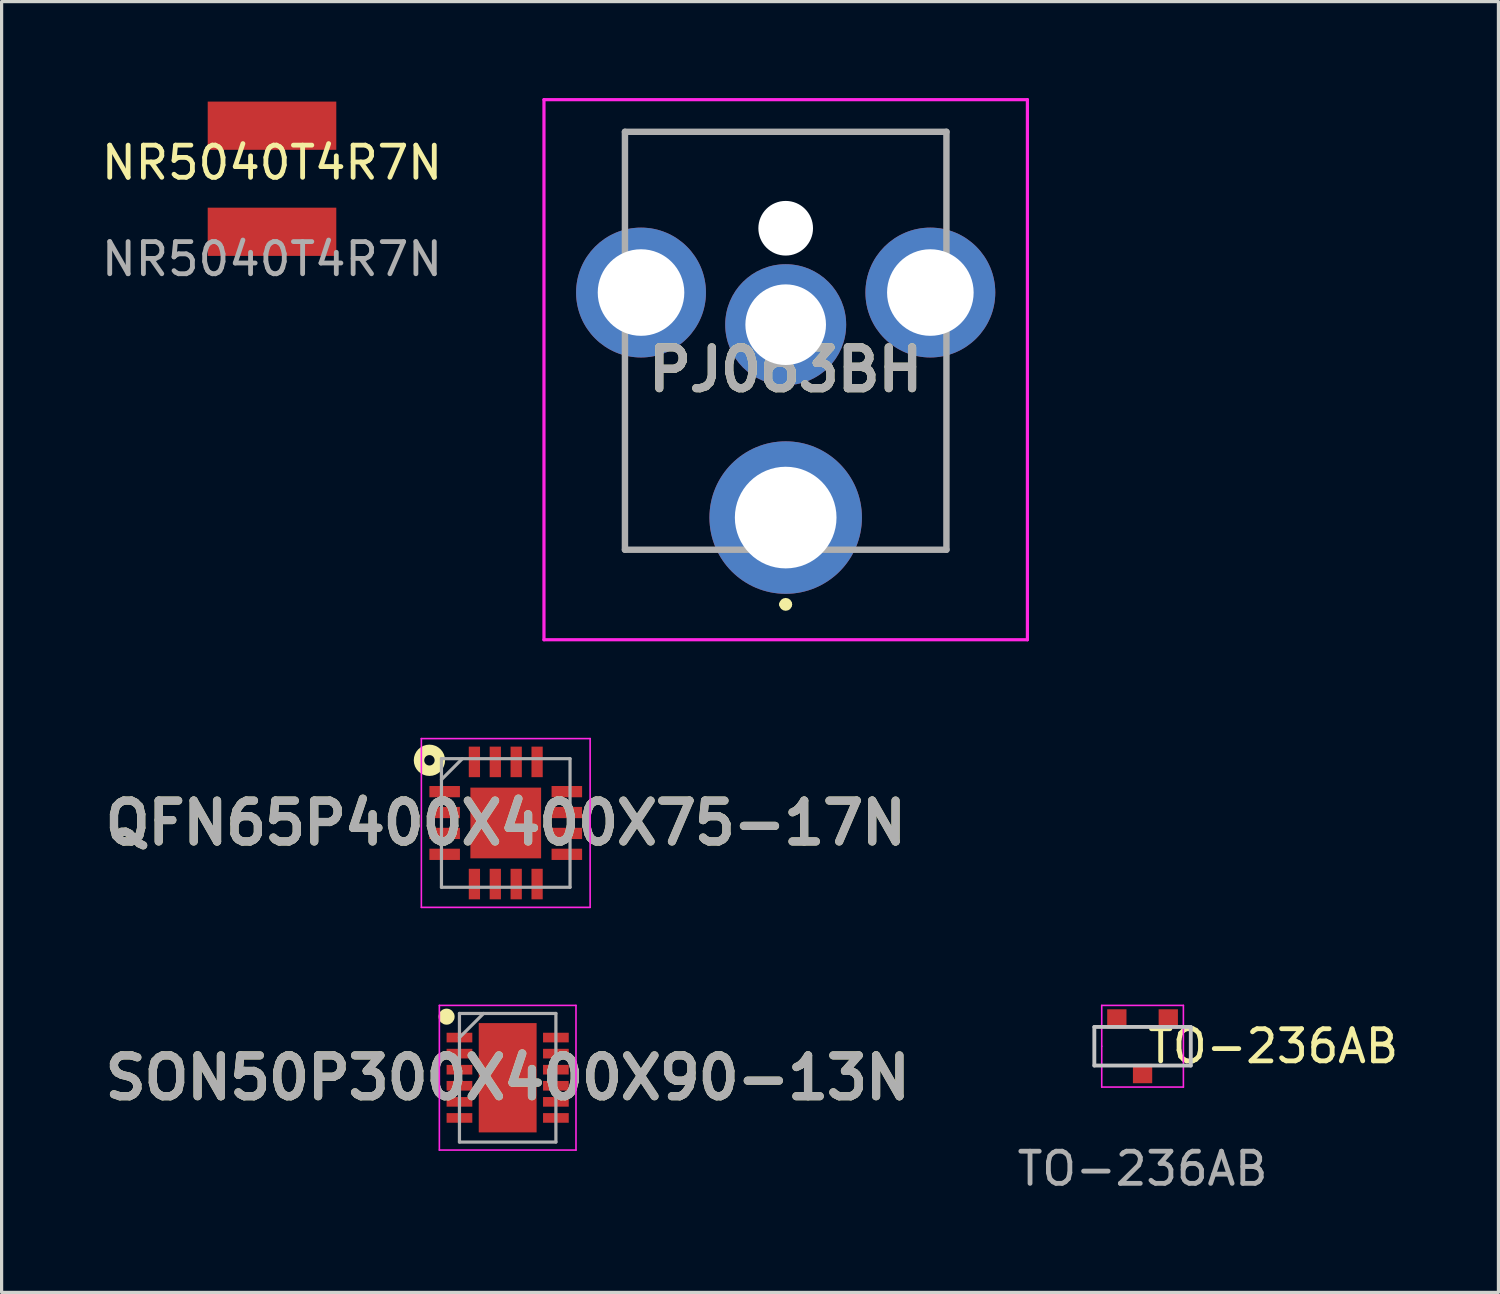
<source format=kicad_pcb>
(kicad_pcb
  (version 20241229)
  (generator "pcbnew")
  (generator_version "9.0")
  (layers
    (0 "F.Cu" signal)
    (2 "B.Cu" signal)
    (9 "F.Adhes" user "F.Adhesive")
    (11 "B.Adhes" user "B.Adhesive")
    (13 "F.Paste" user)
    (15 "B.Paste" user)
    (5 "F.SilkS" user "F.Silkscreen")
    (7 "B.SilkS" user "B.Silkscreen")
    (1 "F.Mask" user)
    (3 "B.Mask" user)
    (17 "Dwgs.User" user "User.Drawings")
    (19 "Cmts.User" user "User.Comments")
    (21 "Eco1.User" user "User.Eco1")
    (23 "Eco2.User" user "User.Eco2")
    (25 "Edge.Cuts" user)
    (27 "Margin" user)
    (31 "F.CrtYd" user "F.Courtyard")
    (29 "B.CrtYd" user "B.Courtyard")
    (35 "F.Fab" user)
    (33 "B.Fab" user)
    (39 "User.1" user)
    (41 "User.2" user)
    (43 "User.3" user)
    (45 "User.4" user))
  (footprint "QFN65P400X400X75-17N"
    (layer "F.Cu")
    (at 12.682 22.55)
    (property "Reference" "QFN65P400X400X75-17N" (at 0 0 0) (layer "F.SilkS") (effects (font (size 1.27 1.27) (thickness 0.254))))
    (attr smd)
    (fp_circle (center -2.374 -1.95) (end -2.374 -1.788) (stroke (width 0.325) (type solid)) (fill no) (layer "F.SilkS"))
    (fp_line (start -2.625 -2.625) (end 2.625 -2.625) (stroke (width 0.05) (type solid)) (layer "F.CrtYd"))
    (fp_line (start -2.625 2.625) (end -2.625 -2.625) (stroke (width 0.05) (type solid)) (layer "F.CrtYd"))
    (fp_line (start 2.625 -2.625) (end 2.625 2.625) (stroke (width 0.05) (type solid)) (layer "F.CrtYd"))
    (fp_line (start 2.625 2.625) (end -2.625 2.625) (stroke (width 0.05) (type solid)) (layer "F.CrtYd"))
    (fp_line (start -2 -2) (end 2 -2) (stroke (width 0.1) (type solid)) (layer "F.Fab"))
    (fp_line (start -2 -1.35) (end -1.35 -2) (stroke (width 0.1) (type solid)) (layer "F.Fab"))
    (fp_line (start -2 2) (end -2 -2) (stroke (width 0.1) (type solid)) (layer "F.Fab"))
    (fp_line (start 2 -2) (end 2 2) (stroke (width 0.1) (type solid)) (layer "F.Fab"))
    (fp_line (start 2 2) (end -2 2) (stroke (width 0.1) (type solid)) (layer "F.Fab"))
    (fp_text user "${REFERENCE}" (at 0 0 0) (layer "F.Fab") (effects (font (size 1.27 1.27) (thickness 0.254))))
    (pad "1" smd rect (at -1.9 -0.975 90) (size 0.35 0.95) (layers "F.Cu" "F.Mask" "F.Paste"))
    (pad "2" smd rect (at -1.9 -0.325 90) (size 0.35 0.95) (layers "F.Cu" "F.Mask" "F.Paste"))
    (pad "3" smd rect (at -1.9 0.325 90) (size 0.35 0.95) (layers "F.Cu" "F.Mask" "F.Paste"))
    (pad "4" smd rect (at -1.9 0.975 90) (size 0.35 0.95) (layers "F.Cu" "F.Mask" "F.Paste"))
    (pad "5" smd rect (at -0.975 1.9) (size 0.35 0.95) (layers "F.Cu" "F.Mask" "F.Paste"))
    (pad "6" smd rect (at -0.325 1.9) (size 0.35 0.95) (layers "F.Cu" "F.Mask" "F.Paste"))
    (pad "7" smd rect (at 0.325 1.9) (size 0.35 0.95) (layers "F.Cu" "F.Mask" "F.Paste"))
    (pad "8" smd rect (at 0.975 1.9) (size 0.35 0.95) (layers "F.Cu" "F.Mask" "F.Paste"))
    (pad "9" smd rect (at 1.9 0.975 90) (size 0.35 0.95) (layers "F.Cu" "F.Mask" "F.Paste"))
    (pad "10" smd rect (at 1.9 0.325 90) (size 0.35 0.95) (layers "F.Cu" "F.Mask" "F.Paste"))
    (pad "11" smd rect (at 1.9 -0.325 90) (size 0.35 0.95) (layers "F.Cu" "F.Mask" "F.Paste"))
    (pad "12" smd rect (at 1.9 -0.975 90) (size 0.35 0.95) (layers "F.Cu" "F.Mask" "F.Paste"))
    (pad "13" smd rect (at 0.975 -1.9) (size 0.35 0.95) (layers "F.Cu" "F.Mask" "F.Paste"))
    (pad "14" smd rect (at 0.325 -1.9) (size 0.35 0.95) (layers "F.Cu" "F.Mask" "F.Paste"))
    (pad "15" smd rect (at -0.325 -1.9) (size 0.35 0.95) (layers "F.Cu" "F.Mask" "F.Paste"))
    (pad "16" smd rect (at -0.975 -1.9) (size 0.35 0.95) (layers "F.Cu" "F.Mask" "F.Paste"))
    (pad "17" smd rect (at 0 0) (size 2.2 2.2) (layers "F.Cu" "F.Mask" "F.Paste")))
  (footprint "SON50P300X400X90-13N"
    (layer "F.Cu")
    (at 12.742 30.475)
    (property "Reference" "SON50P300X400X90-13N" (at 0 0 0) (layer "F.SilkS") (effects (font (size 1.27 1.27) (thickness 0.254))))
    (attr smd)
    (fp_circle (center -1.9 -1.9) (end -1.9 -1.775) (stroke (width 0.25) (type solid)) (fill no) (layer "F.SilkS"))
    (fp_line (start -2.125 -2.25) (end 2.125 -2.25) (stroke (width 0.05) (type solid)) (layer "F.CrtYd"))
    (fp_line (start -2.125 2.25) (end -2.125 -2.25) (stroke (width 0.05) (type solid)) (layer "F.CrtYd"))
    (fp_line (start 2.125 -2.25) (end 2.125 2.25) (stroke (width 0.05) (type solid)) (layer "F.CrtYd"))
    (fp_line (start 2.125 2.25) (end -2.125 2.25) (stroke (width 0.05) (type solid)) (layer "F.CrtYd"))
    (fp_line (start -1.5 -2) (end 1.5 -2) (stroke (width 0.1) (type solid)) (layer "F.Fab"))
    (fp_line (start -1.5 -1.25) (end -0.75 -2) (stroke (width 0.1) (type solid)) (layer "F.Fab"))
    (fp_line (start -1.5 2) (end -1.5 -2) (stroke (width 0.1) (type solid)) (layer "F.Fab"))
    (fp_line (start 1.5 -2) (end 1.5 2) (stroke (width 0.1) (type solid)) (layer "F.Fab"))
    (fp_line (start 1.5 2) (end -1.5 2) (stroke (width 0.1) (type solid)) (layer "F.Fab"))
    (fp_text user "${REFERENCE}" (at 0 0 0) (layer "F.Fab") (effects (font (size 1.27 1.27) (thickness 0.254))))
    (pad "1" smd rect (at -1.5 -1.25 90) (size 0.3 0.8) (layers "F.Cu" "F.Mask" "F.Paste"))
    (pad "2" smd rect (at -1.5 -0.75 90) (size 0.3 0.8) (layers "F.Cu" "F.Mask" "F.Paste"))
    (pad "3" smd rect (at -1.5 -0.25 90) (size 0.3 0.8) (layers "F.Cu" "F.Mask" "F.Paste"))
    (pad "4" smd rect (at -1.5 0.25 90) (size 0.3 0.8) (layers "F.Cu" "F.Mask" "F.Paste"))
    (pad "5" smd rect (at -1.5 0.75 90) (size 0.3 0.8) (layers "F.Cu" "F.Mask" "F.Paste"))
    (pad "6" smd rect (at -1.5 1.25 90) (size 0.3 0.8) (layers "F.Cu" "F.Mask" "F.Paste"))
    (pad "7" smd rect (at 1.5 1.25 90) (size 0.3 0.8) (layers "F.Cu" "F.Mask" "F.Paste"))
    (pad "8" smd rect (at 1.5 0.75 90) (size 0.3 0.8) (layers "F.Cu" "F.Mask" "F.Paste"))
    (pad "9" smd rect (at 1.5 0.25 90) (size 0.3 0.8) (layers "F.Cu" "F.Mask" "F.Paste"))
    (pad "10" smd rect (at 1.5 -0.25 90) (size 0.3 0.8) (layers "F.Cu" "F.Mask" "F.Paste"))
    (pad "11" smd rect (at 1.5 -0.75 90) (size 0.3 0.8) (layers "F.Cu" "F.Mask" "F.Paste"))
    (pad "12" smd rect (at 1.5 -1.25 90) (size 0.3 0.8) (layers "F.Cu" "F.Mask" "F.Paste"))
    (pad "13" smd rect (at 0 0) (size 1.8 3.4) (layers "F.Cu" "F.Mask" "F.Paste")))
  (footprint "TO-236AB"
    (layer "F.Cu")
    (at 32.491 29.495)
    (property "Reference" "TO-236AB" (at 4.064 0 0) (unlocked yes) (layer "F.SilkS") (effects (font (size 1 1) (thickness 0.15))))
    (attr smd)
    (fp_line (start -1.5 -0.6) (end 1.5 -0.6) (stroke (width 0.12) (type solid)) (layer "Dwgs.User"))
    (fp_line (start -1.5 0.6) (end -1.5 -0.6) (stroke (width 0.12) (type solid)) (layer "Dwgs.User"))
    (fp_line (start -1.5 0.6) (end 1.5 0.6) (stroke (width 0.12) (type solid)) (layer "Dwgs.User"))
    (fp_line (start 1.5 -0.6) (end 1.5 0.6) (stroke (width 0.12) (type solid)) (layer "Dwgs.User"))
    (fp_line (start -1.27 -1.27) (end 1.27 -1.27) (stroke (width 0.05) (type solid)) (layer "F.CrtYd"))
    (fp_line (start -1.27 0) (end -1.27 -1.27) (stroke (width 0.05) (type solid)) (layer "F.CrtYd"))
    (fp_line (start -1.27 1.27) (end -1.27 0) (stroke (width 0.05) (type solid)) (layer "F.CrtYd"))
    (fp_line (start 1.27 -1.27) (end 1.27 1.27) (stroke (width 0.05) (type solid)) (layer "F.CrtYd"))
    (fp_line (start 1.27 1.27) (end -1.27 1.27) (stroke (width 0.05) (type solid)) (layer "F.CrtYd"))
    (fp_text user "${REFERENCE}" (at 0 3.81 0) (unlocked yes) (layer "F.Fab") (effects (font (size 1 1) (thickness 0.15))))
    (pad "1" smd rect (at 0.8 -0.85) (size 0.6 0.6) (layers "F.Cu" "F.Mask" "F.Paste"))
    (pad "2" smd rect (at -0.8 -0.85) (size 0.6 0.6) (layers "F.Cu" "F.Mask" "F.Paste"))
    (pad "3" smd rect (at 0 0.85) (size 0.6 0.6) (layers "F.Cu" "F.Mask" "F.Paste")))
  (footprint "NR5040T4R7N"
    (layer "F.Cu")
    (at 5.411 2.51)
    (property "Reference" "NR5040T4R7N" (at 0 -0.5 0) (unlocked yes) (layer "F.SilkS") (effects (font (size 1 1) (thickness 0.15))))
    (attr smd)
    (fp_line (start -2.45 -2.45) (end 2.45 -2.45) (stroke (width 0.12) (type solid)) (layer "Margin"))
    (fp_line (start -2.45 2.45) (end -2.45 -2.45) (stroke (width 0.12) (type solid)) (layer "Margin"))
    (fp_line (start -2.45 2.45) (end 2.45 2.45) (stroke (width 0.12) (type solid)) (layer "Margin"))
    (fp_line (start 2.45 -2.45) (end 2.45 2.45) (stroke (width 0.12) (type solid)) (layer "Margin"))
    (fp_text user "${REFERENCE}" (at 0 2.5 0) (unlocked yes) (layer "F.Fab") (effects (font (size 1 1) (thickness 0.15))))
    (pad "1" smd rect (at 0 -1.65) (size 4 1.5) (layers "F.Cu" "F.Mask" "F.Paste"))
    (pad "2" smd rect (at 0 1.65) (size 4 1.5) (layers "F.Cu" "F.Mask" "F.Paste")))
  (footprint "PJ063BH"
    (layer "F.Cu")
    (at 21.39 8.45)
    (property "Reference" "PJ063BH" (at 0 0 0) (layer "F.SilkS") (effects (font (size 1.27 1.27) (thickness 0.254))))
    (attr through_hole)
    (fp_line (start -5 -7.4) (end 5 -7.4) (stroke (width 0.1) (type solid)) (layer "F.SilkS"))
    (fp_line (start -5 -4.86) (end -5 -7.4) (stroke (width 0.1) (type solid)) (layer "F.SilkS"))
    (fp_line (start -5 0.22) (end -5 5.6) (stroke (width 0.1) (type solid)) (layer "F.SilkS"))
    (fp_line (start -5 5.6) (end -2.54 5.6) (stroke (width 0.1) (type solid)) (layer "F.SilkS"))
    (fp_line (start -0.1 7.3) (end -0.1 7.3) (stroke (width 0.2) (type solid)) (layer "F.SilkS"))
    (fp_line (start 0.1 7.3) (end 0.1 7.3) (stroke (width 0.2) (type solid)) (layer "F.SilkS"))
    (fp_line (start 5 -7.4) (end 5 -4.86) (stroke (width 0.1) (type solid)) (layer "F.SilkS"))
    (fp_line (start 5 0.22) (end 5 5.6) (stroke (width 0.1) (type solid)) (layer "F.SilkS"))
    (fp_line (start 5 5.6) (end 2.54 5.6) (stroke (width 0.1) (type solid)) (layer "F.SilkS"))
    (fp_arc (start -0.1 7.3) (mid 0 7.2) (end 0.1 7.3) (stroke (width 0.2) (type solid)) (layer "F.SilkS"))
    (fp_arc (start 0.1 7.3) (mid 0 7.4) (end -0.1 7.3) (stroke (width 0.2) (type solid)) (layer "F.SilkS"))
    (fp_line (start -7.519 -8.4) (end 7.519 -8.4) (stroke (width 0.1) (type solid)) (layer "F.CrtYd"))
    (fp_line (start -7.519 8.4) (end -7.519 -8.4) (stroke (width 0.1) (type solid)) (layer "F.CrtYd"))
    (fp_line (start 7.519 -8.4) (end 7.519 8.4) (stroke (width 0.1) (type solid)) (layer "F.CrtYd"))
    (fp_line (start 7.519 8.4) (end -7.519 8.4) (stroke (width 0.1) (type solid)) (layer "F.CrtYd"))
    (fp_line (start -5 -7.4) (end 5 -7.4) (stroke (width 0.2) (type solid)) (layer "F.Fab"))
    (fp_line (start -5 5.6) (end -5 -7.4) (stroke (width 0.2) (type solid)) (layer "F.Fab"))
    (fp_line (start 5 -7.4) (end 5 5.6) (stroke (width 0.2) (type solid)) (layer "F.Fab"))
    (fp_line (start 5 5.6) (end -5 5.6) (stroke (width 0.2) (type solid)) (layer "F.Fab"))
    (fp_text user "${REFERENCE}" (at 0 0 0) (layer "F.Fab") (effects (font (size 1.27 1.27) (thickness 0.254))))
    (pad "" np_thru_hole circle (at 0 -4.4) (size 1.7 1.7) (drill 1.7) (layers "*.Cu" "*.Mask"))
    (pad "1" thru_hole circle (at 0 4.6) (size 4.743 4.743) (drill 3.162) (layers "*.Cu" "*.Mask"))
    (pad "2" thru_hole circle (at 0 -1.4) (size 3.762 3.762) (drill 2.508) (layers "*.Cu" "*.Mask"))
    (pad "3" thru_hole circle (at -4.5 -2.4) (size 4.039 4.039) (drill 2.693) (layers "*.Cu" "*.Mask"))
    (pad "4" thru_hole circle (at 4.5 -2.4) (size 4.039 4.039) (drill 2.693) (layers "*.Cu" "*.Mask")))
  (gr_rect
    (start -3 -3)
    (end 43.561 37.153)
    (stroke (width 0.1) (type default))
    (fill no)
    (layer "Edge.Cuts")))
</source>
